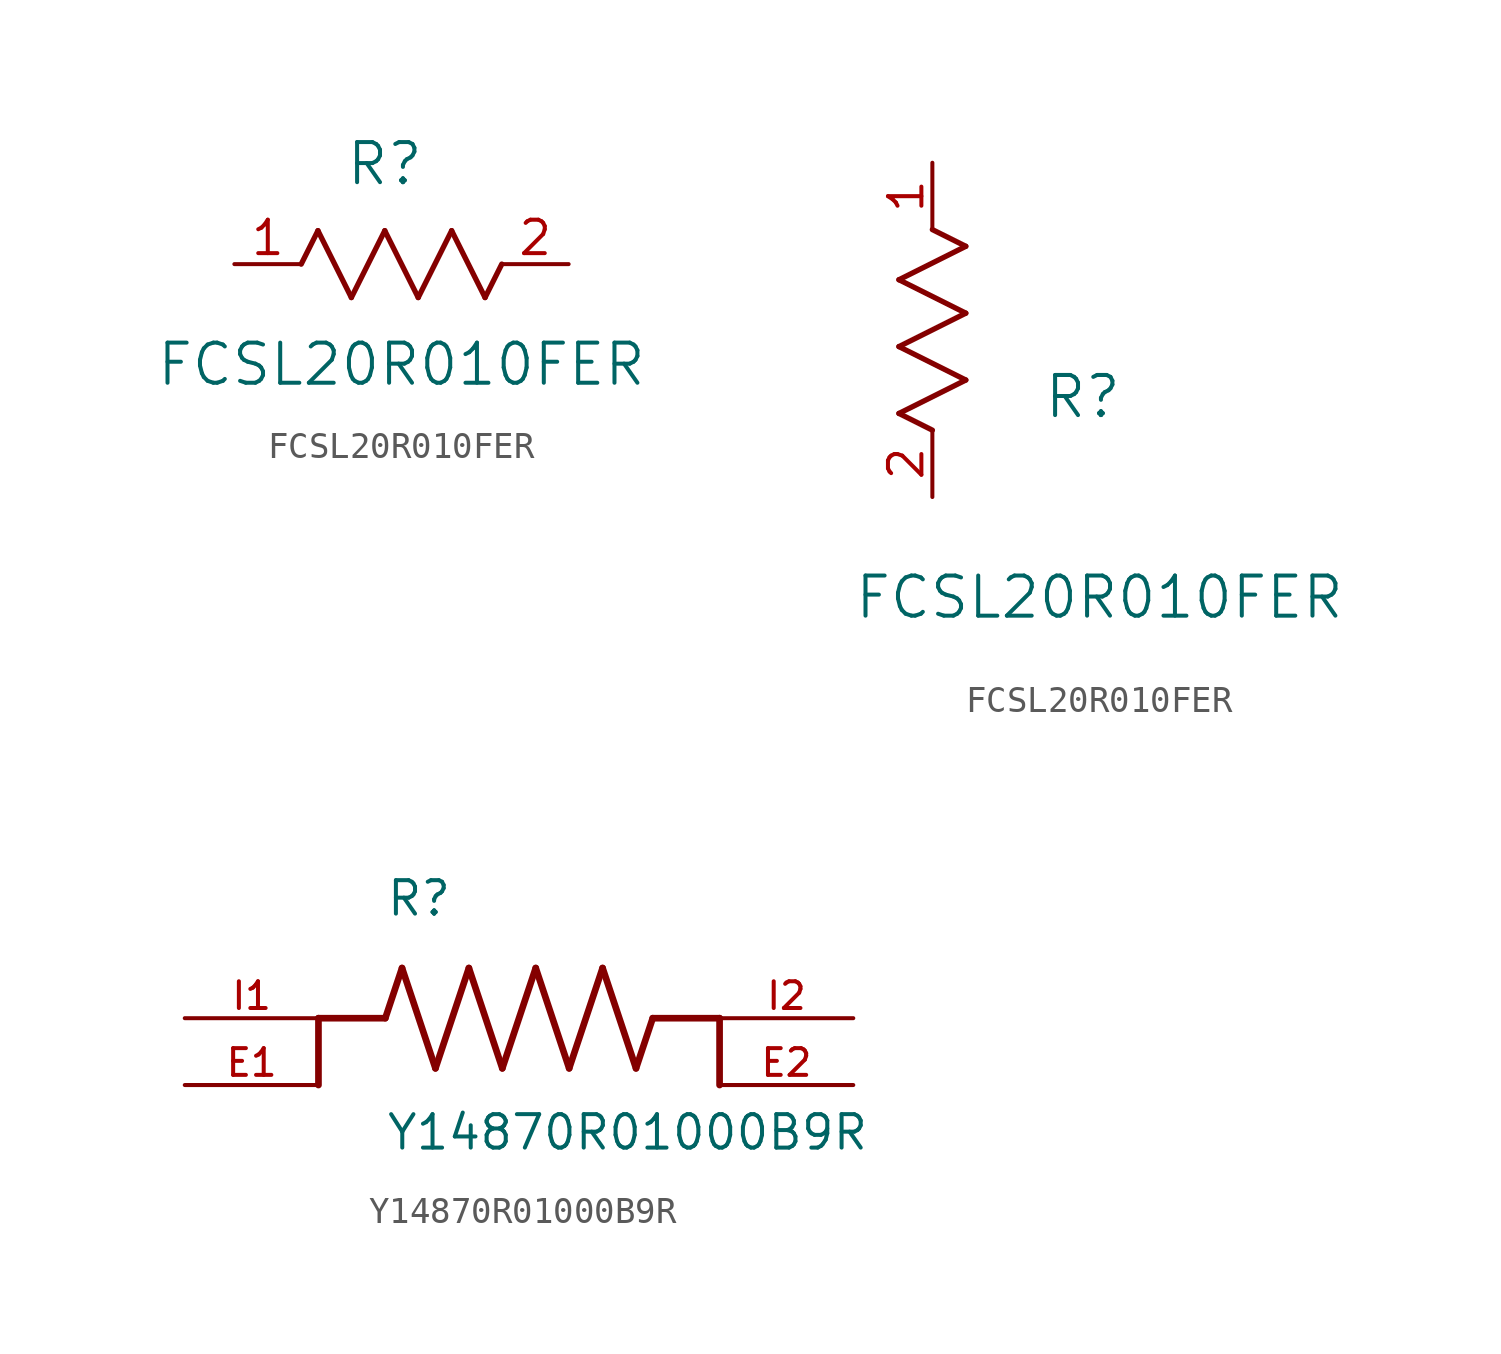
<source format=kicad_sym>
(kicad_symbol_lib
  (version 20231120)
  (generator "kicad_symbol_editor")
  (generator_version "8.0")
  (symbol "FCSL20R010FER"
    (pin_names
      (offset 0.254))
    (property "Reference" "R"
      (at 5.715 3.81 0)
      (effects (font (size 1.524 1.524))))
    (property "Value" "FCSL20R010FER"
      (at 6.35 -3.81 0)
      (effects (font (size 1.524 1.524))))
    (property "ki_locked" ""
      (at 0 0 0)
      (effects (font (size 1.27 1.27))))
    (symbol "FCSL20R010FER_1_1"
      (polyline (pts (xy 2.54 0) (xy 3.175 1.27)) (stroke (width 0.203) (type default)) (fill (type none)))
      (polyline (pts (xy 3.175 1.27) (xy 4.445 -1.27)) (stroke (width 0.203) (type default)) (fill (type none)))
      (polyline (pts (xy 4.445 -1.27) (xy 5.715 1.27)) (stroke (width 0.203) (type default)) (fill (type none)))
      (polyline (pts (xy 5.715 1.27) (xy 6.985 -1.27)) (stroke (width 0.203) (type default)) (fill (type none)))
      (polyline (pts (xy 6.985 -1.27) (xy 8.255 1.27)) (stroke (width 0.203) (type default)) (fill (type none)))
      (polyline (pts (xy 8.255 1.27) (xy 9.525 -1.27)) (stroke (width 0.203) (type default)) (fill (type none)))
      (polyline (pts (xy 9.525 -1.27) (xy 10.16 0)) (stroke (width 0.203) (type default)) (fill (type none)))
      (pin unspecified line (at 0 0 0) (length 2.54) (name "" (effects (font (size 1.27 1.27)))) (number "1" (effects (font (size 1.27 1.27)))))
      (pin unspecified line (at 12.7 0 180) (length 2.54) (name "" (effects (font (size 1.27 1.27)))) (number "2" (effects (font (size 1.27 1.27))))))
    (symbol "FCSL20R010FER_1_2"
      (polyline (pts (xy -1.27 3.175) (xy 1.27 4.445)) (stroke (width 0.203) (type default)) (fill (type none)))
      (polyline (pts (xy -1.27 5.715) (xy 1.27 6.985)) (stroke (width 0.203) (type default)) (fill (type none)))
      (polyline (pts (xy -1.27 8.255) (xy 1.27 9.525)) (stroke (width 0.203) (type default)) (fill (type none)))
      (polyline (pts (xy 0 2.54) (xy -1.27 3.175)) (stroke (width 0.203) (type default)) (fill (type none)))
      (polyline (pts (xy 1.27 4.445) (xy -1.27 5.715)) (stroke (width 0.203) (type default)) (fill (type none)))
      (polyline (pts (xy 1.27 6.985) (xy -1.27 8.255)) (stroke (width 0.203) (type default)) (fill (type none)))
      (polyline (pts (xy 1.27 9.525) (xy 0 10.16)) (stroke (width 0.203) (type default)) (fill (type none)))
      (pin unspecified line (at 0 12.7 270) (length 2.54) (name "" (effects (font (size 1.27 1.27)))) (number "1" (effects (font (size 1.27 1.27)))))
      (pin unspecified line (at 0 0 90) (length 2.54) (name "" (effects (font (size 1.27 1.27)))) (number "2" (effects (font (size 1.27 1.27)))))))
  (symbol "Y14870R01000B9R"
    (pin_names
      (offset 1.016))
    (property "Reference" "R"
      (at -5.08 3.81 0)
      (effects (font (size 1.27 1.27)) (justify left bottom)))
    (property "Value" "Y14870R01000B9R"
      (at -5.08 -5.08 0)
      (effects (font (size 1.27 1.27)) (justify left bottom)))
    (symbol "Y14870R01000B9R_0_0"
      (polyline (pts (xy -7.62 0) (xy -7.62 -2.54)) (stroke (width 0.254) (type default)) (fill (type none)))
      (polyline (pts (xy -5.08 0) (xy -7.62 0)) (stroke (width 0.254) (type default)) (fill (type none)))
      (polyline (pts (xy -5.08 0) (xy -4.445 1.905)) (stroke (width 0.254) (type default)) (fill (type none)))
      (polyline (pts (xy -4.445 1.905) (xy -3.175 -1.905)) (stroke (width 0.254) (type default)) (fill (type none)))
      (polyline (pts (xy -3.175 -1.905) (xy -1.905 1.905)) (stroke (width 0.254) (type default)) (fill (type none)))
      (polyline (pts (xy -1.905 1.905) (xy -0.635 -1.905)) (stroke (width 0.254) (type default)) (fill (type none)))
      (polyline (pts (xy -0.635 -1.905) (xy 0.635 1.905)) (stroke (width 0.254) (type default)) (fill (type none)))
      (polyline (pts (xy 0.635 1.905) (xy 1.905 -1.905)) (stroke (width 0.254) (type default)) (fill (type none)))
      (polyline (pts (xy 1.905 -1.905) (xy 3.175 1.905)) (stroke (width 0.254) (type default)) (fill (type none)))
      (polyline (pts (xy 3.175 1.905) (xy 4.445 -1.905)) (stroke (width 0.254) (type default)) (fill (type none)))
      (polyline (pts (xy 4.445 -1.905) (xy 5.08 0)) (stroke (width 0.254) (type default)) (fill (type none)))
      (polyline (pts (xy 5.08 0) (xy 7.62 0)) (stroke (width 0.254) (type default)) (fill (type none)))
      (polyline (pts (xy 7.62 0) (xy 7.62 -2.54)) (stroke (width 0.254) (type default)) (fill (type none)))
      (pin passive line (at -12.7 -2.54 0) (length 5.08) (name "~" (effects (font (size 1.016 1.016)))) (number "E1" (effects (font (size 1.016 1.016)))))
      (pin passive line (at 12.7 -2.54 180) (length 5.08) (name "~" (effects (font (size 1.016 1.016)))) (number "E2" (effects (font (size 1.016 1.016)))))
      (pin passive line (at -12.7 0 0) (length 5.08) (name "~" (effects (font (size 1.016 1.016)))) (number "I1" (effects (font (size 1.016 1.016)))))
      (pin passive line (at 12.7 0 180) (length 5.08) (name "~" (effects (font (size 1.016 1.016)))) (number "I2" (effects (font (size 1.016 1.016))))))))
</source>
